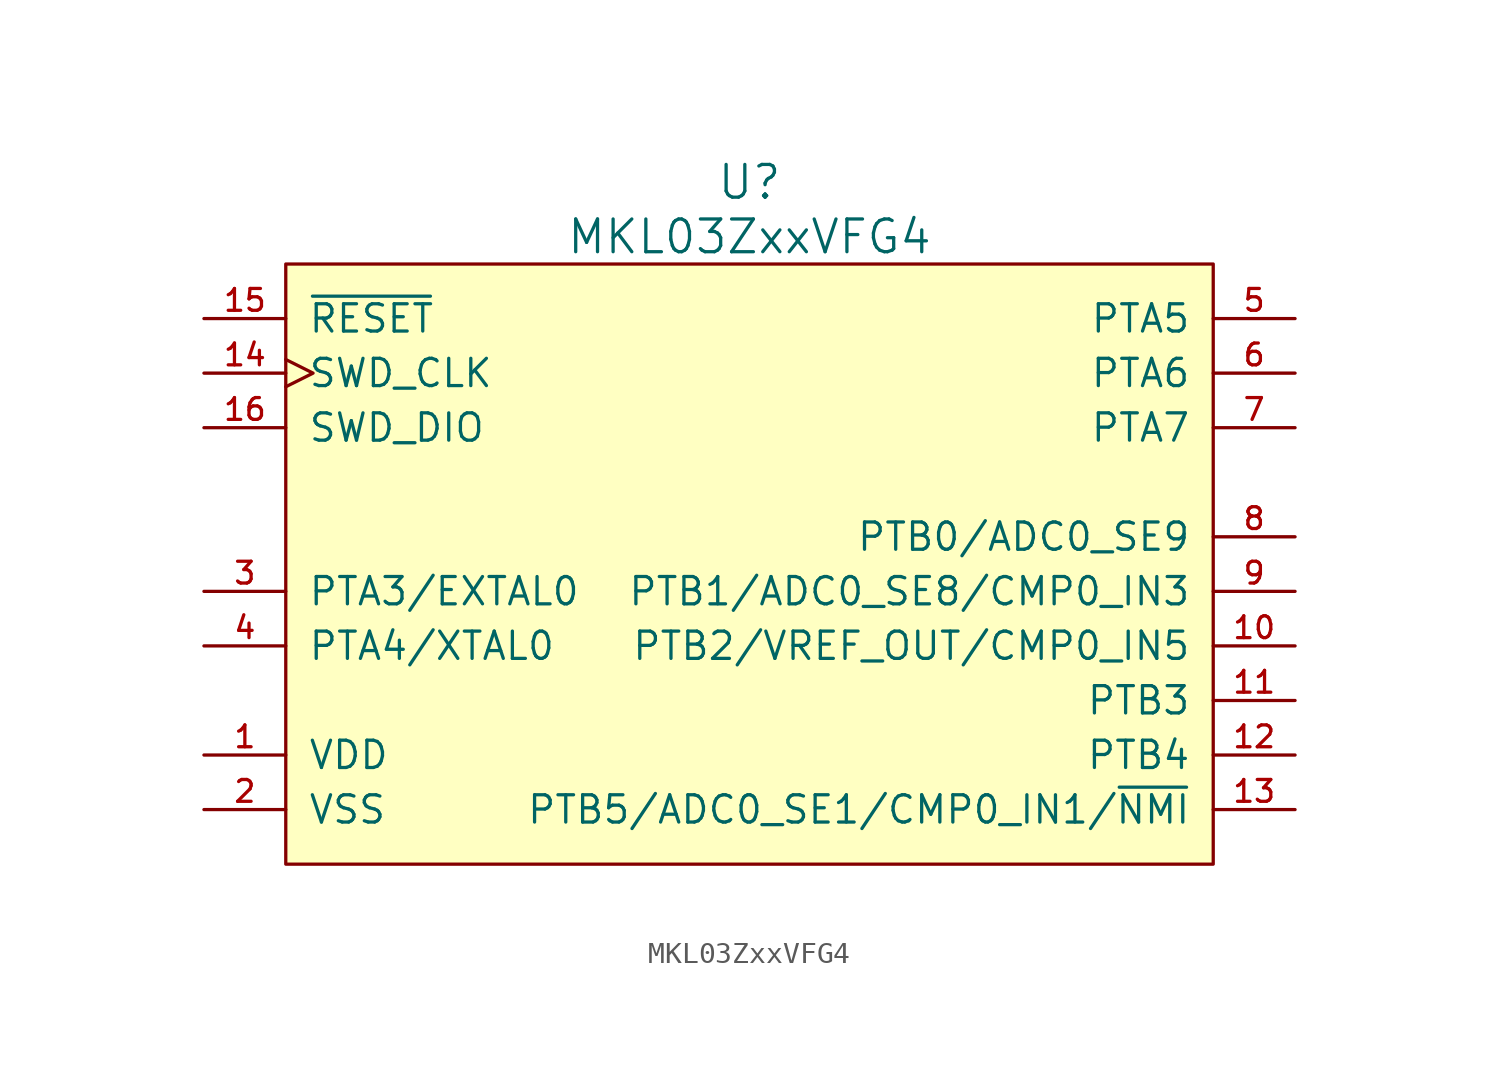
<source format=kicad_sym>
(kicad_symbol_lib
  (version 20211014)
  (generator kicad_symbol_editor)
  (symbol "MKL03ZxxVFG4"
    (pin_names
      (offset 1.016))
    (property "Reference" "U"
      (at 0 3.81 0)
      (effects (font (size 1.524 1.524))))
    (property "Value" "MKL03ZxxVFG4"
      (at 0 1.27 0)
      (effects (font (size 1.524 1.524))))
    (symbol "MKL03ZxxVFG4_0_1"
      (rectangle (start -21.59 0) (end 21.59 -27.94) (stroke (width 0) (type default) (color 0 0 0 0)) (fill (type background))))
    (symbol "MKL03ZxxVFG4_1_1"
      (pin power_in line (at -25.4 -22.86 0) (length 3.81) (name "VDD" (effects (font (size 1.27 1.27)))) (number "1" (effects (font (size 1.016 1.016)))))
      (pin tri_state line (at 25.4 -17.78 180) (length 3.81) (name "PTB2/VREF_OUT/CMP0_IN5" (effects (font (size 1.27 1.27)))) (number "10" (effects (font (size 1.016 1.016)))))
      (pin tri_state line (at 25.4 -20.32 180) (length 3.81) (name "PTB3" (effects (font (size 1.27 1.27)))) (number "11" (effects (font (size 1.016 1.016)))))
      (pin tri_state line (at 25.4 -22.86 180) (length 3.81) (name "PTB4" (effects (font (size 1.27 1.27)))) (number "12" (effects (font (size 1.016 1.016)))))
      (pin tri_state line (at 25.4 -25.4 180) (length 3.81) (name "PTB5/ADC0_SE1/CMP0_IN1/~{NMI}" (effects (font (size 1.27 1.27)))) (number "13" (effects (font (size 1.016 1.016)))))
      (pin input clock (at -25.4 -5.08 0) (length 3.81) (name "SWD_CLK" (effects (font (size 1.27 1.27)))) (number "14" (effects (font (size 1.016 1.016)))))
      (pin open_collector line (at -25.4 -2.54 0) (length 3.81) (name "~{RESET}" (effects (font (size 1.27 1.27)))) (number "15" (effects (font (size 1.016 1.016)))))
      (pin bidirectional line (at -25.4 -7.62 0) (length 3.81) (name "SWD_DIO" (effects (font (size 1.27 1.27)))) (number "16" (effects (font (size 1.016 1.016)))))
      (pin power_in line (at -25.4 -25.4 0) (length 3.81) (name "VSS" (effects (font (size 1.27 1.27)))) (number "2" (effects (font (size 1.016 1.016)))))
      (pin tri_state line (at -25.4 -15.24 0) (length 3.81) (name "PTA3/EXTAL0" (effects (font (size 1.27 1.27)))) (number "3" (effects (font (size 1.016 1.016)))))
      (pin tri_state line (at -25.4 -17.78 0) (length 3.81) (name "PTA4/XTAL0" (effects (font (size 1.27 1.27)))) (number "4" (effects (font (size 1.016 1.016)))))
      (pin tri_state line (at 25.4 -2.54 180) (length 3.81) (name "PTA5" (effects (font (size 1.27 1.27)))) (number "5" (effects (font (size 1.016 1.016)))))
      (pin tri_state line (at 25.4 -5.08 180) (length 3.81) (name "PTA6" (effects (font (size 1.27 1.27)))) (number "6" (effects (font (size 1.016 1.016)))))
      (pin tri_state line (at 25.4 -7.62 180) (length 3.81) (name "PTA7" (effects (font (size 1.27 1.27)))) (number "7" (effects (font (size 1.016 1.016)))))
      (pin tri_state line (at 25.4 -12.7 180) (length 3.81) (name "PTB0/ADC0_SE9" (effects (font (size 1.27 1.27)))) (number "8" (effects (font (size 1.016 1.016)))))
      (pin tri_state line (at 25.4 -15.24 180) (length 3.81) (name "PTB1/ADC0_SE8/CMP0_IN3" (effects (font (size 1.27 1.27)))) (number "9" (effects (font (size 1.016 1.016))))))))
</source>
